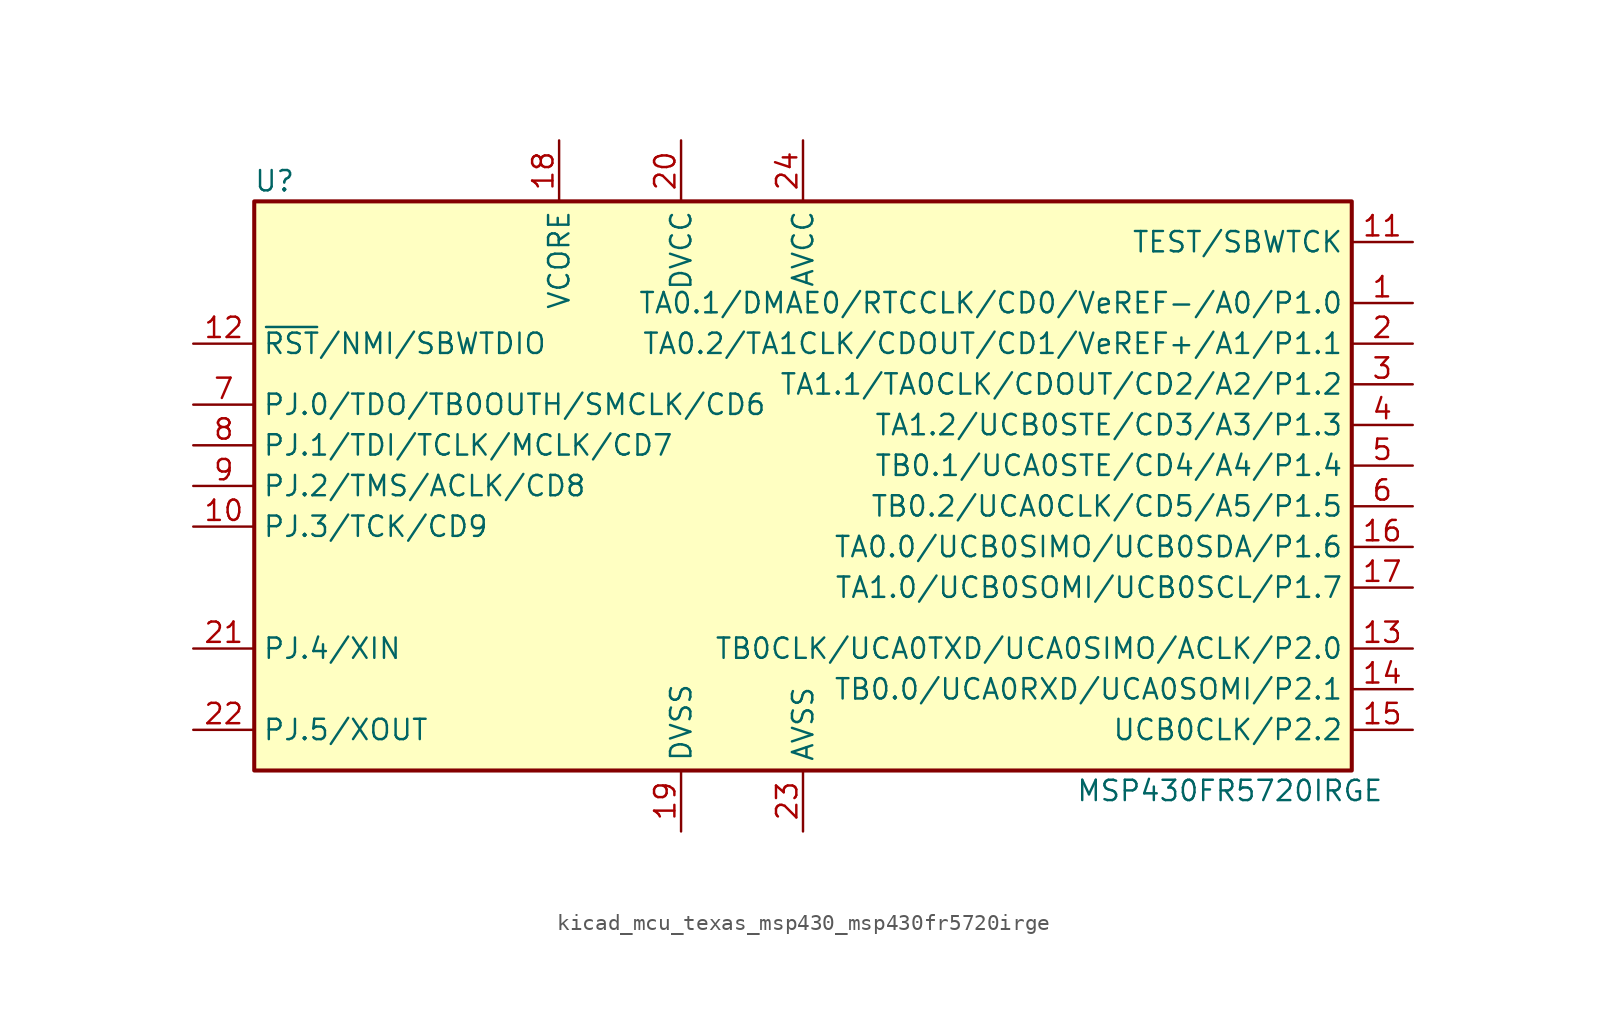
<source format=kicad_sym>
(kicad_symbol_lib
  (version 20220914)
  (generator kicad_symbol_editor)
  (symbol "kicad_mcu_texas_msp430_msp430fr5720irge"
    (property "Reference" "U"
      (at -33.02 19.05 0)
      (effects (font (size 1.27 1.27))))
    (property "Value" "MSP430FR5720IRGE"
      (at 26.67 -19.05 0)
      (effects (font (size 1.27 1.27))))
    (symbol "kicad_mcu_texas_msp430_msp430fr5720irge_0_1"
      (rectangle (start -34.29 17.78) (end 34.29 -17.78) (stroke (width 0.254) (type default)) (fill (type background))))
    (symbol "kicad_mcu_texas_msp430_msp430fr5720irge_1_1"
      (pin bidirectional line (at 38.1 11.43 180) (length 3.81) (name "TA0.1/DMAE0/RTCCLK/CD0/VeREF-/A0/P1.0" (effects (font (size 1.27 1.27)))) (number "1" (effects (font (size 1.27 1.27)))))
      (pin bidirectional line (at -38.1 -2.54 0) (length 3.81) (name "PJ.3/TCK/CD9" (effects (font (size 1.27 1.27)))) (number "10" (effects (font (size 1.27 1.27)))))
      (pin input line (at 38.1 15.24 180) (length 3.81) (name "TEST/SBWTCK" (effects (font (size 1.27 1.27)))) (number "11" (effects (font (size 1.27 1.27)))))
      (pin input line (at -38.1 8.89 0) (length 3.81) (name "~{RST}/NMI/SBWTDIO" (effects (font (size 1.27 1.27)))) (number "12" (effects (font (size 1.27 1.27)))))
      (pin input line (at 38.1 -10.16 180) (length 3.81) (name "TB0CLK/UCA0TXD/UCA0SIMO/ACLK/P2.0" (effects (font (size 1.27 1.27)))) (number "13" (effects (font (size 1.27 1.27)))))
      (pin input line (at 38.1 -12.7 180) (length 3.81) (name "TB0.0/UCA0RXD/UCA0SOMI/P2.1" (effects (font (size 1.27 1.27)))) (number "14" (effects (font (size 1.27 1.27)))))
      (pin input line (at 38.1 -15.24 180) (length 3.81) (name "UCB0CLK/P2.2" (effects (font (size 1.27 1.27)))) (number "15" (effects (font (size 1.27 1.27)))))
      (pin input line (at 38.1 -3.81 180) (length 3.81) (name "TA0.0/UCB0SIMO/UCB0SDA/P1.6" (effects (font (size 1.27 1.27)))) (number "16" (effects (font (size 1.27 1.27)))))
      (pin input line (at 38.1 -6.35 180) (length 3.81) (name "TA1.0/UCB0SOMI/UCB0SCL/P1.7" (effects (font (size 1.27 1.27)))) (number "17" (effects (font (size 1.27 1.27)))))
      (pin input line (at -15.24 21.59 270) (length 3.81) (name "VCORE" (effects (font (size 1.27 1.27)))) (number "18" (effects (font (size 1.27 1.27)))))
      (pin power_in line (at -7.62 -21.59 90) (length 3.81) (name "DVSS" (effects (font (size 1.27 1.27)))) (number "19" (effects (font (size 1.27 1.27)))))
      (pin bidirectional line (at 38.1 8.89 180) (length 3.81) (name "TA0.2/TA1CLK/CDOUT/CD1/VeREF+/A1/P1.1" (effects (font (size 1.27 1.27)))) (number "2" (effects (font (size 1.27 1.27)))))
      (pin power_in line (at -7.62 21.59 270) (length 3.81) (name "DVCC" (effects (font (size 1.27 1.27)))) (number "20" (effects (font (size 1.27 1.27)))))
      (pin input line (at -38.1 -10.16 0) (length 3.81) (name "PJ.4/XIN" (effects (font (size 1.27 1.27)))) (number "21" (effects (font (size 1.27 1.27)))))
      (pin input line (at -38.1 -15.24 0) (length 3.81) (name "PJ.5/XOUT" (effects (font (size 1.27 1.27)))) (number "22" (effects (font (size 1.27 1.27)))))
      (pin power_in line (at 0 -21.59 90) (length 3.81) (name "AVSS" (effects (font (size 1.27 1.27)))) (number "23" (effects (font (size 1.27 1.27)))))
      (pin power_in line (at 0 21.59 270) (length 3.81) (name "AVCC" (effects (font (size 1.27 1.27)))) (number "24" (effects (font (size 1.27 1.27)))))
      (pin bidirectional line (at 38.1 6.35 180) (length 3.81) (name "TA1.1/TA0CLK/CDOUT/CD2/A2/P1.2" (effects (font (size 1.27 1.27)))) (number "3" (effects (font (size 1.27 1.27)))))
      (pin bidirectional line (at 38.1 3.81 180) (length 3.81) (name "TA1.2/UCB0STE/CD3/A3/P1.3" (effects (font (size 1.27 1.27)))) (number "4" (effects (font (size 1.27 1.27)))))
      (pin bidirectional line (at 38.1 1.27 180) (length 3.81) (name "TB0.1/UCA0STE/CD4/A4/P1.4" (effects (font (size 1.27 1.27)))) (number "5" (effects (font (size 1.27 1.27)))))
      (pin bidirectional line (at 38.1 -1.27 180) (length 3.81) (name "TB0.2/UCA0CLK/CD5/A5/P1.5" (effects (font (size 1.27 1.27)))) (number "6" (effects (font (size 1.27 1.27)))))
      (pin bidirectional line (at -38.1 5.08 0) (length 3.81) (name "PJ.0/TDO/TB0OUTH/SMCLK/CD6" (effects (font (size 1.27 1.27)))) (number "7" (effects (font (size 1.27 1.27)))))
      (pin bidirectional line (at -38.1 2.54 0) (length 3.81) (name "PJ.1/TDI/TCLK/MCLK/CD7" (effects (font (size 1.27 1.27)))) (number "8" (effects (font (size 1.27 1.27)))))
      (pin bidirectional line (at -38.1 0 0) (length 3.81) (name "PJ.2/TMS/ACLK/CD8" (effects (font (size 1.27 1.27)))) (number "9" (effects (font (size 1.27 1.27))))))))
</source>
